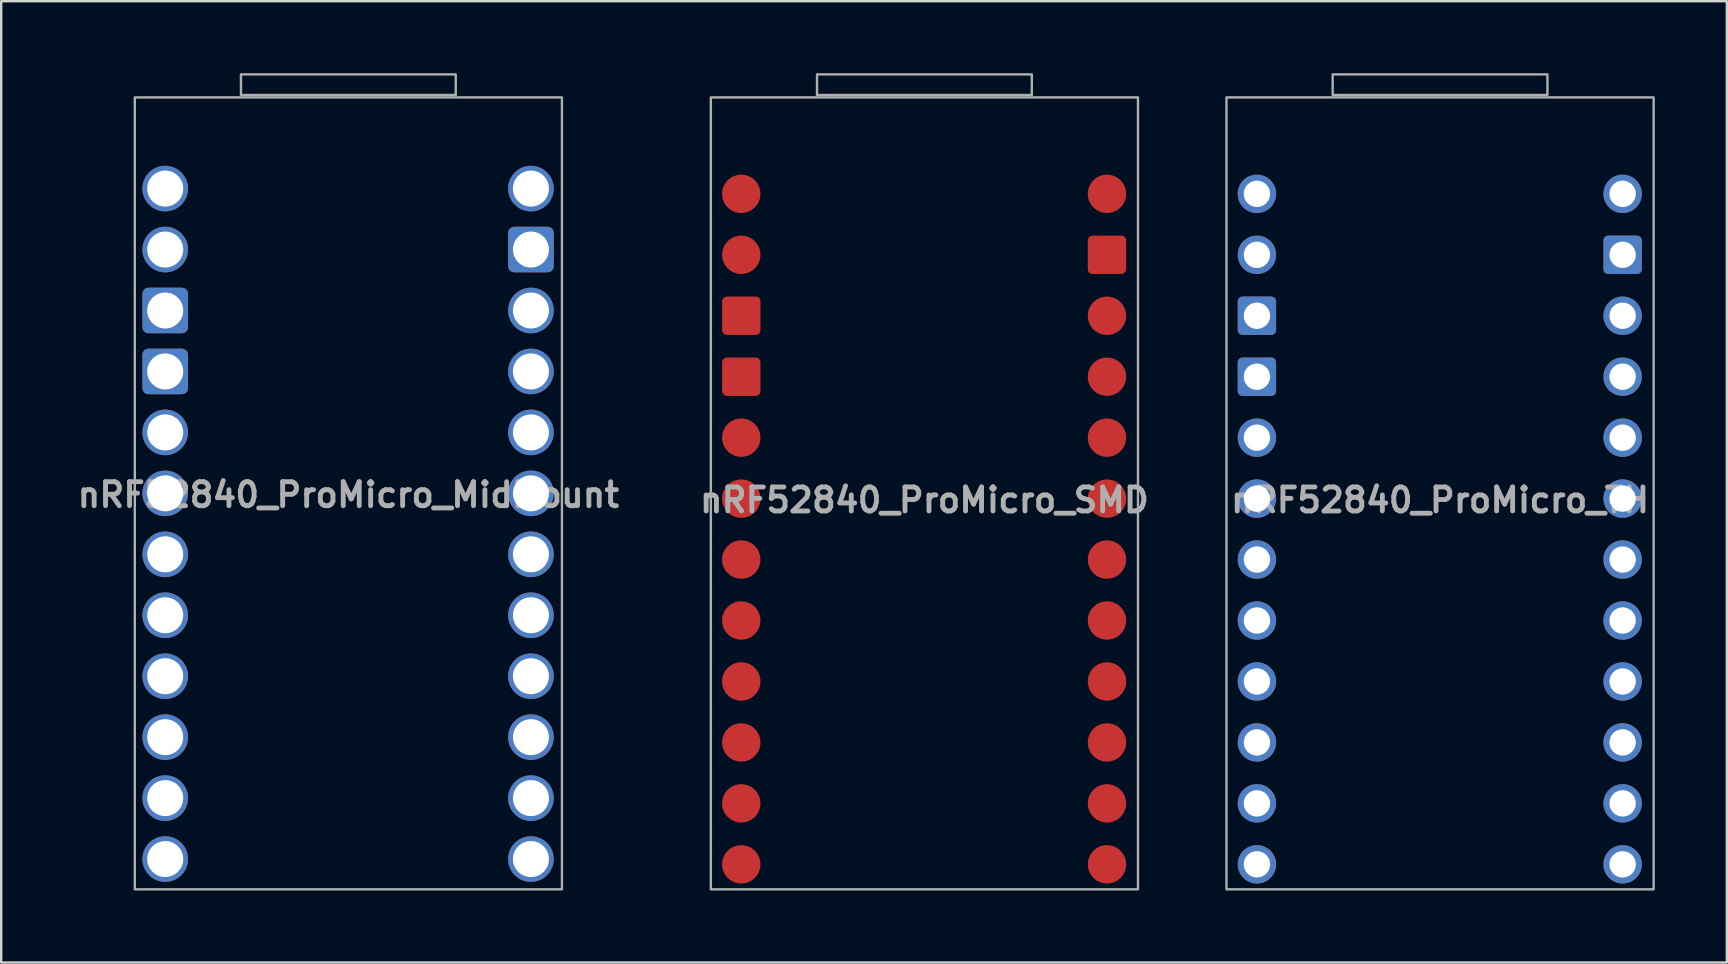
<source format=kicad_pcb>
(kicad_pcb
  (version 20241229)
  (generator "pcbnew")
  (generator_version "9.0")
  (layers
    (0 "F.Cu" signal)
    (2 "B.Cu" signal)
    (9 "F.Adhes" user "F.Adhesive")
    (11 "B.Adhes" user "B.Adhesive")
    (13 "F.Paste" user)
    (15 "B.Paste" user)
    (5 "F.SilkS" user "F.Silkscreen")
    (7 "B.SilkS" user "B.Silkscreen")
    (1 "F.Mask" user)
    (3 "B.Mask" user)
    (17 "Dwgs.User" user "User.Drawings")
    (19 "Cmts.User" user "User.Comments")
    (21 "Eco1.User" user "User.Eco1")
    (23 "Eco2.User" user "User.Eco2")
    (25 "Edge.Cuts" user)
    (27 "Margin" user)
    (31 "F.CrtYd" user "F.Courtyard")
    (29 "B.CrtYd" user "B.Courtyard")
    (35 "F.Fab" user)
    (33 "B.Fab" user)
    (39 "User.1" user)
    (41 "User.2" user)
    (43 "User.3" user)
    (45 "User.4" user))
  (footprint "nRF52840_ProMicro_SMD"
    (layer "F.Cu")
    (at 35.472 17.51)
    (property "Reference" "nRF52840_ProMicro_SMD" (at 0 0.28 0) (layer "F.Fab") (effects (font (size 1 1) (thickness 0.203))))
    (attr through_hole)
    (fp_rect (start -4.475 -16.6) (end 4.475 -17.46) (stroke (width 0.1) (type solid)) (fill no) (layer "F.Fab"))
    (fp_rect (start 8.9 -16.5) (end -8.9 16.5) (stroke (width 0.1) (type solid)) (fill no) (layer "F.Fab"))
    (pad "1" smd circle (at -7.632 -12.482 90) (size 1.6 1.6) (layers "F.Cu" "F.Mask" "F.Paste"))
    (pad "2" smd circle (at -7.632 -9.942 90) (size 1.6 1.6) (layers "F.Cu" "F.Mask" "F.Paste"))
    (pad "3" smd roundrect (at -7.632 -7.402 90) (size 1.6 1.6) (layers "F.Cu" "F.Mask" "F.Paste") (roundrect_rratio 0.125))
    (pad "4" smd roundrect (at -7.632 -4.862 90) (size 1.6 1.6) (layers "F.Cu" "F.Mask" "F.Paste") (roundrect_rratio 0.125))
    (pad "5" smd circle (at -7.632 -2.322 90) (size 1.6 1.6) (layers "F.Cu" "F.Mask" "F.Paste"))
    (pad "6" smd circle (at -7.632 0.218 90) (size 1.6 1.6) (layers "F.Cu" "F.Mask" "F.Paste"))
    (pad "7" smd circle (at -7.632 2.758 90) (size 1.6 1.6) (layers "F.Cu" "F.Mask" "F.Paste"))
    (pad "8" smd circle (at -7.632 5.298 90) (size 1.6 1.6) (layers "F.Cu" "F.Mask" "F.Paste"))
    (pad "9" smd circle (at -7.632 7.838 90) (size 1.6 1.6) (layers "F.Cu" "F.Mask" "F.Paste"))
    (pad "10" smd circle (at -7.632 10.378 90) (size 1.6 1.6) (layers "F.Cu" "F.Mask" "F.Paste"))
    (pad "11" smd circle (at -7.632 12.918 90) (size 1.6 1.6) (layers "F.Cu" "F.Mask" "F.Paste"))
    (pad "12" smd circle (at -7.632 15.458 90) (size 1.6 1.6) (layers "F.Cu" "F.Mask" "F.Paste"))
    (pad "13" smd circle (at 7.608 15.458 90) (size 1.6 1.6) (layers "F.Cu" "F.Mask" "F.Paste"))
    (pad "14" smd circle (at 7.608 12.918 90) (size 1.6 1.6) (layers "F.Cu" "F.Mask" "F.Paste"))
    (pad "15" smd circle (at 7.608 10.378 90) (size 1.6 1.6) (layers "F.Cu" "F.Mask" "F.Paste"))
    (pad "16" smd circle (at 7.608 7.838 90) (size 1.6 1.6) (layers "F.Cu" "F.Mask" "F.Paste"))
    (pad "17" smd circle (at 7.608 5.298 90) (size 1.6 1.6) (layers "F.Cu" "F.Mask" "F.Paste"))
    (pad "18" smd circle (at 7.608 2.758 90) (size 1.6 1.6) (layers "F.Cu" "F.Mask" "F.Paste"))
    (pad "19" smd circle (at 7.608 0.218 90) (size 1.6 1.6) (layers "F.Cu" "F.Mask" "F.Paste"))
    (pad "20" smd circle (at 7.608 -2.322 90) (size 1.6 1.6) (layers "F.Cu" "F.Mask" "F.Paste"))
    (pad "21" smd circle (at 7.608 -4.862 90) (size 1.6 1.6) (layers "F.Cu" "F.Mask" "F.Paste"))
    (pad "22" smd circle (at 7.608 -7.402 90) (size 1.6 1.6) (layers "F.Cu" "F.Mask" "F.Paste"))
    (pad "23" smd roundrect (at 7.608 -9.942 90) (size 1.6 1.6) (layers "F.Cu" "F.Mask" "F.Paste") (roundrect_rratio 0.125))
    (pad "24" smd circle (at 7.608 -12.482 90) (size 1.6 1.6) (layers "F.Cu" "F.Mask" "F.Paste")))
  (footprint "nRF52840_ProMicro_TH"
    (layer "F.Cu")
    (at 56.96 17.51)
    (property "Reference" "nRF52840_ProMicro_TH" (at 0 0.28 0) (layer "F.Fab") (effects (font (size 1 1) (thickness 0.203))))
    (attr through_hole)
    (fp_rect (start -4.475 -16.6) (end 4.475 -17.46) (stroke (width 0.1) (type solid)) (fill no) (layer "F.Fab"))
    (fp_rect (start 8.9 -16.5) (end -8.9 16.5) (stroke (width 0.1) (type solid)) (fill no) (layer "F.Fab"))
    (pad "1" thru_hole circle (at -7.632 -12.482 90) (size 1.6 1.6) (drill 1.1) (layers "*.Cu" "*.Mask"))
    (pad "2" thru_hole circle (at -7.632 -9.942 90) (size 1.6 1.6) (drill 1.1) (layers "*.Cu" "*.Mask"))
    (pad "3" thru_hole roundrect (at -7.632 -7.402 90) (size 1.6 1.6) (drill 1.1) (layers "*.Cu" "*.Mask") (roundrect_rratio 0.125))
    (pad "4" thru_hole roundrect (at -7.632 -4.862 90) (size 1.6 1.6) (drill 1.1) (layers "*.Cu" "*.Mask") (roundrect_rratio 0.125))
    (pad "5" thru_hole circle (at -7.632 -2.322 90) (size 1.6 1.6) (drill 1.1) (layers "*.Cu" "*.Mask"))
    (pad "6" thru_hole circle (at -7.632 0.218 90) (size 1.6 1.6) (drill 1.1) (layers "*.Cu" "*.Mask"))
    (pad "7" thru_hole circle (at -7.632 2.758 90) (size 1.6 1.6) (drill 1.1) (layers "*.Cu" "*.Mask"))
    (pad "8" thru_hole circle (at -7.632 5.298 90) (size 1.6 1.6) (drill 1.1) (layers "*.Cu" "*.Mask"))
    (pad "9" thru_hole circle (at -7.632 7.838 90) (size 1.6 1.6) (drill 1.1) (layers "*.Cu" "*.Mask"))
    (pad "10" thru_hole circle (at -7.632 10.378 90) (size 1.6 1.6) (drill 1.1) (layers "*.Cu" "*.Mask"))
    (pad "11" thru_hole circle (at -7.632 12.918 90) (size 1.6 1.6) (drill 1.1) (layers "*.Cu" "*.Mask"))
    (pad "12" thru_hole circle (at -7.632 15.458 90) (size 1.6 1.6) (drill 1.1) (layers "*.Cu" "*.Mask"))
    (pad "13" thru_hole circle (at 7.608 15.458 270) (size 1.6 1.6) (drill 1.1) (layers "*.Cu" "*.Mask"))
    (pad "14" thru_hole circle (at 7.608 12.918 270) (size 1.6 1.6) (drill 1.1) (layers "*.Cu" "*.Mask"))
    (pad "15" thru_hole circle (at 7.608 10.378 270) (size 1.6 1.6) (drill 1.1) (layers "*.Cu" "*.Mask"))
    (pad "16" thru_hole circle (at 7.608 7.838 270) (size 1.6 1.6) (drill 1.1) (layers "*.Cu" "*.Mask"))
    (pad "17" thru_hole circle (at 7.608 5.298 270) (size 1.6 1.6) (drill 1.1) (layers "*.Cu" "*.Mask"))
    (pad "18" thru_hole circle (at 7.608 2.758 270) (size 1.6 1.6) (drill 1.1) (layers "*.Cu" "*.Mask"))
    (pad "19" thru_hole circle (at 7.608 0.218 270) (size 1.6 1.6) (drill 1.1) (layers "*.Cu" "*.Mask"))
    (pad "20" thru_hole circle (at 7.608 -2.322 270) (size 1.6 1.6) (drill 1.1) (layers "*.Cu" "*.Mask"))
    (pad "21" thru_hole circle (at 7.608 -4.862 270) (size 1.6 1.6) (drill 1.1) (layers "*.Cu" "*.Mask"))
    (pad "22" thru_hole circle (at 7.608 -7.402 270) (size 1.6 1.6) (drill 1.1) (layers "*.Cu" "*.Mask"))
    (pad "23" thru_hole roundrect (at 7.608 -9.942 270) (size 1.6 1.6) (drill 1.1) (layers "*.Cu" "*.Mask") (roundrect_rratio 0.125))
    (pad "24" thru_hole circle (at 7.608 -12.482 270) (size 1.6 1.6) (drill 1.1) (layers "*.Cu" "*.Mask")))
  (footprint "nRF52840_ProMicro_MidMount"
    (layer "F.Cu")
    (at 11.467 17.291)
    (property "Reference" "nRF52840_ProMicro_MidMount" (at 0 0.28 0) (layer "F.Fab") (effects (font (size 1 1) (thickness 0.203))))
    (attr through_hole)
    (fp_rect (start -4.475 -16.381) (end 4.475 -17.241) (stroke (width 0.1) (type solid)) (fill no) (layer "F.Fab"))
    (fp_rect (start 8.9 -16.281) (end -8.9 16.719) (stroke (width 0.1) (type solid)) (fill no) (layer "F.Fab"))
    (pad "1" thru_hole oval (at -7.632 -12.482) (size 1.9 1.9) (drill 1.5) (layers "*.Cu" "*.Paste" "*.Mask"))
    (pad "2" thru_hole oval (at -7.632 -9.942) (size 1.9 1.9) (drill 1.5) (layers "*.Cu" "*.Paste" "*.Mask"))
    (pad "3" thru_hole roundrect (at -7.632 -7.402) (size 1.9 1.9) (drill 1.5) (layers "*.Cu" "*.Paste" "*.Mask") (roundrect_rratio 0.132))
    (pad "4" thru_hole roundrect (at -7.632 -4.862) (size 1.9 1.9) (drill 1.5) (layers "*.Cu" "*.Paste" "*.Mask") (roundrect_rratio 0.132))
    (pad "5" thru_hole oval (at -7.632 -2.322) (size 1.9 1.9) (drill 1.5) (layers "*.Cu" "*.Paste" "*.Mask"))
    (pad "6" thru_hole oval (at -7.632 0.218) (size 1.9 1.9) (drill 1.5) (layers "*.Cu" "*.Paste" "*.Mask"))
    (pad "7" thru_hole oval (at -7.632 2.758) (size 1.9 1.9) (drill 1.5) (layers "*.Cu" "*.Paste" "*.Mask"))
    (pad "8" thru_hole oval (at -7.632 5.298) (size 1.9 1.9) (drill 1.5) (layers "*.Cu" "*.Paste" "*.Mask"))
    (pad "9" thru_hole oval (at -7.632 7.838) (size 1.9 1.9) (drill 1.5) (layers "*.Cu" "*.Paste" "*.Mask"))
    (pad "10" thru_hole oval (at -7.632 10.378) (size 1.9 1.9) (drill 1.5) (layers "*.Cu" "*.Paste" "*.Mask"))
    (pad "11" thru_hole oval (at -7.632 12.918) (size 1.9 1.9) (drill 1.5) (layers "*.Cu" "*.Paste" "*.Mask"))
    (pad "12" thru_hole oval (at -7.632 15.458) (size 1.9 1.9) (drill 1.5) (layers "*.Cu" "*.Paste" "*.Mask"))
    (pad "13" thru_hole oval (at 7.608 15.458) (size 1.9 1.9) (drill 1.5) (layers "*.Cu" "*.Paste" "*.Mask"))
    (pad "14" thru_hole oval (at 7.608 12.918) (size 1.9 1.9) (drill 1.5) (layers "*.Cu" "*.Paste" "*.Mask"))
    (pad "15" thru_hole oval (at 7.608 10.378) (size 1.9 1.9) (drill 1.5) (layers "*.Cu" "*.Paste" "*.Mask"))
    (pad "16" thru_hole oval (at 7.608 7.838) (size 1.9 1.9) (drill 1.5) (layers "*.Cu" "*.Paste" "*.Mask"))
    (pad "17" thru_hole oval (at 7.608 5.298) (size 1.9 1.9) (drill 1.5) (layers "*.Cu" "*.Paste" "*.Mask"))
    (pad "18" thru_hole oval (at 7.608 2.758) (size 1.9 1.9) (drill 1.5) (layers "*.Cu" "*.Paste" "*.Mask"))
    (pad "19" thru_hole oval (at 7.608 0.218) (size 1.9 1.9) (drill 1.5) (layers "*.Cu" "*.Paste" "*.Mask"))
    (pad "20" thru_hole oval (at 7.608 -2.322) (size 1.9 1.9) (drill 1.5) (layers "*.Cu" "*.Paste" "*.Mask"))
    (pad "21" thru_hole oval (at 7.608 -4.862) (size 1.9 1.9) (drill 1.5) (layers "*.Cu" "*.Paste" "*.Mask"))
    (pad "22" thru_hole oval (at 7.608 -7.402) (size 1.9 1.9) (drill 1.5) (layers "*.Cu" "*.Paste" "*.Mask"))
    (pad "23" thru_hole roundrect (at 7.608 -9.942) (size 1.9 1.9) (drill 1.5) (layers "*.Cu" "*.Paste" "*.Mask") (roundrect_rratio 0.132))
    (pad "24" thru_hole oval (at 7.608 -12.482) (size 1.9 1.9) (drill 1.5) (layers "*.Cu" "*.Paste" "*.Mask")))
  (gr_rect
    (start -3 -3)
    (end 68.91 37.06)
    (stroke (width 0.1) (type default))
    (fill no)
    (layer "Edge.Cuts")))
</source>
